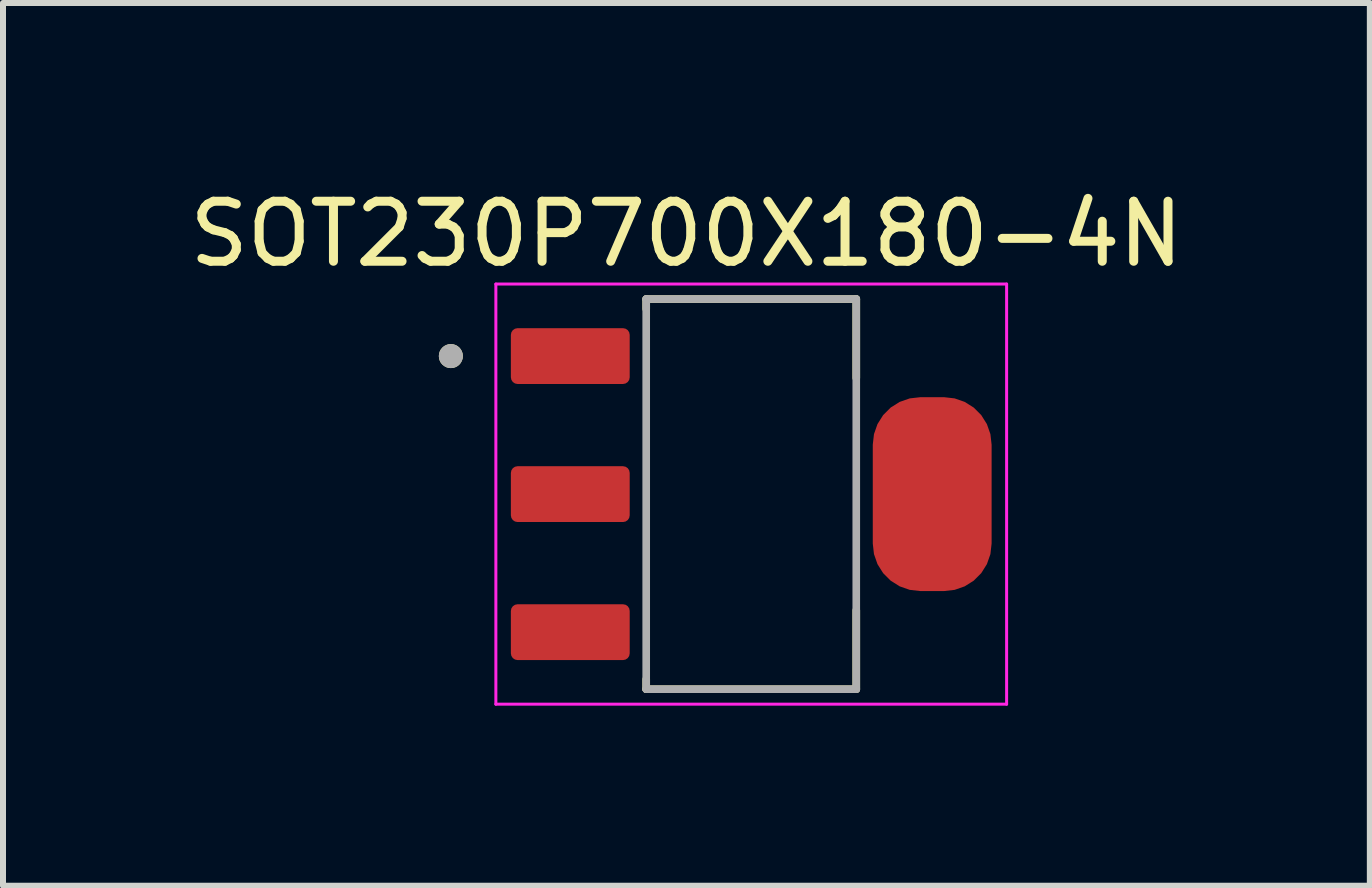
<source format=kicad_pcb>
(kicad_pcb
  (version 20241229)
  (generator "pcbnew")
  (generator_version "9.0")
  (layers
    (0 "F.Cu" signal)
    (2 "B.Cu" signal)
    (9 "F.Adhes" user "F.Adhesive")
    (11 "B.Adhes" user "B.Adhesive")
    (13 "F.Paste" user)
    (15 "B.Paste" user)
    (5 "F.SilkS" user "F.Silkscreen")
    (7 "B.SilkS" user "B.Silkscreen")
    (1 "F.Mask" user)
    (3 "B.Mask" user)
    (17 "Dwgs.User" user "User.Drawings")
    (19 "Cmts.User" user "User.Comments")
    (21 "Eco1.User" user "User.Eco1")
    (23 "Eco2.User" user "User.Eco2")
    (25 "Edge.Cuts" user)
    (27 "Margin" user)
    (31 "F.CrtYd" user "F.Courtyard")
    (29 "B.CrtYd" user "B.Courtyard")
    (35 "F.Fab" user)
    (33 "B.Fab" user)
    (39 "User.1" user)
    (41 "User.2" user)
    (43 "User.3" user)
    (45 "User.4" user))
  (footprint "SOT230P700X180-4N"
    (layer "F.Cu")
    (at 9.467 5.183)
    (property "Reference" "SOT230P700X180-4N" (at -1.08 -4.335 0) (layer "F.SilkS") (effects (font (size 1 1) (thickness 0.15))))
    (attr through_hole)
    (fp_line (start -1.75 -3.25) (end -1.75 -3.085) (stroke (width 0.127) (type solid)) (layer "F.SilkS"))
    (fp_line (start -1.75 3.25) (end -1.75 3.085) (stroke (width 0.127) (type solid)) (layer "F.SilkS"))
    (fp_line (start -1.75 3.25) (end 1.75 3.25) (stroke (width 0.127) (type solid)) (layer "F.SilkS"))
    (fp_line (start 1.75 -3.25) (end -1.75 -3.25) (stroke (width 0.127) (type solid)) (layer "F.SilkS"))
    (fp_line (start 1.75 -1.935) (end 1.75 -3.25) (stroke (width 0.127) (type solid)) (layer "F.SilkS"))
    (fp_line (start 1.75 3.25) (end 1.75 1.935) (stroke (width 0.127) (type solid)) (layer "F.SilkS"))
    (fp_circle (center -5.005 -2.3) (end -4.905 -2.3) (stroke (width 0.2) (type solid)) (fill no) (layer "F.SilkS"))
    (fp_line (start -4.255 -3.5) (end -4.255 3.5) (stroke (width 0.05) (type solid)) (layer "F.CrtYd"))
    (fp_line (start -4.255 3.5) (end 4.255 3.5) (stroke (width 0.05) (type solid)) (layer "F.CrtYd"))
    (fp_line (start 4.255 -3.5) (end -4.255 -3.5) (stroke (width 0.05) (type solid)) (layer "F.CrtYd"))
    (fp_line (start 4.255 3.5) (end 4.255 -3.5) (stroke (width 0.05) (type solid)) (layer "F.CrtYd"))
    (fp_line (start -1.75 -3.25) (end -1.75 3.25) (stroke (width 0.127) (type solid)) (layer "F.Fab"))
    (fp_line (start -1.75 3.25) (end 1.75 3.25) (stroke (width 0.127) (type solid)) (layer "F.Fab"))
    (fp_line (start 1.75 -3.25) (end -1.75 -3.25) (stroke (width 0.127) (type solid)) (layer "F.Fab"))
    (fp_line (start 1.75 3.25) (end 1.75 -3.25) (stroke (width 0.127) (type solid)) (layer "F.Fab"))
    (fp_circle (center -5.005 -2.3) (end -4.905 -2.3) (stroke (width 0.2) (type solid)) (fill no) (layer "F.Fab"))
    (pad "1" smd roundrect (at -3.015 -2.3) (size 1.98 0.93) (layers "F.Cu" "F.Mask" "F.Paste") (roundrect_rratio 0.12))
    (pad "2" smd roundrect (at -3.015 0) (size 1.98 0.93) (layers "F.Cu" "F.Mask" "F.Paste") (roundrect_rratio 0.12))
    (pad "3" smd roundrect (at -3.015 2.3) (size 1.98 0.93) (layers "F.Cu" "F.Mask" "F.Paste") (roundrect_rratio 0.12))
    (pad "4" smd roundrect (at 3.015 0) (size 1.98 3.23) (layers "F.Cu" "F.Mask" "F.Paste") (roundrect_rratio 0.4)))
  (gr_rect
    (start -3 -3)
    (end 19.774 11.708)
    (stroke (width 0.1) (type default))
    (fill no)
    (layer "Edge.Cuts")))
</source>
